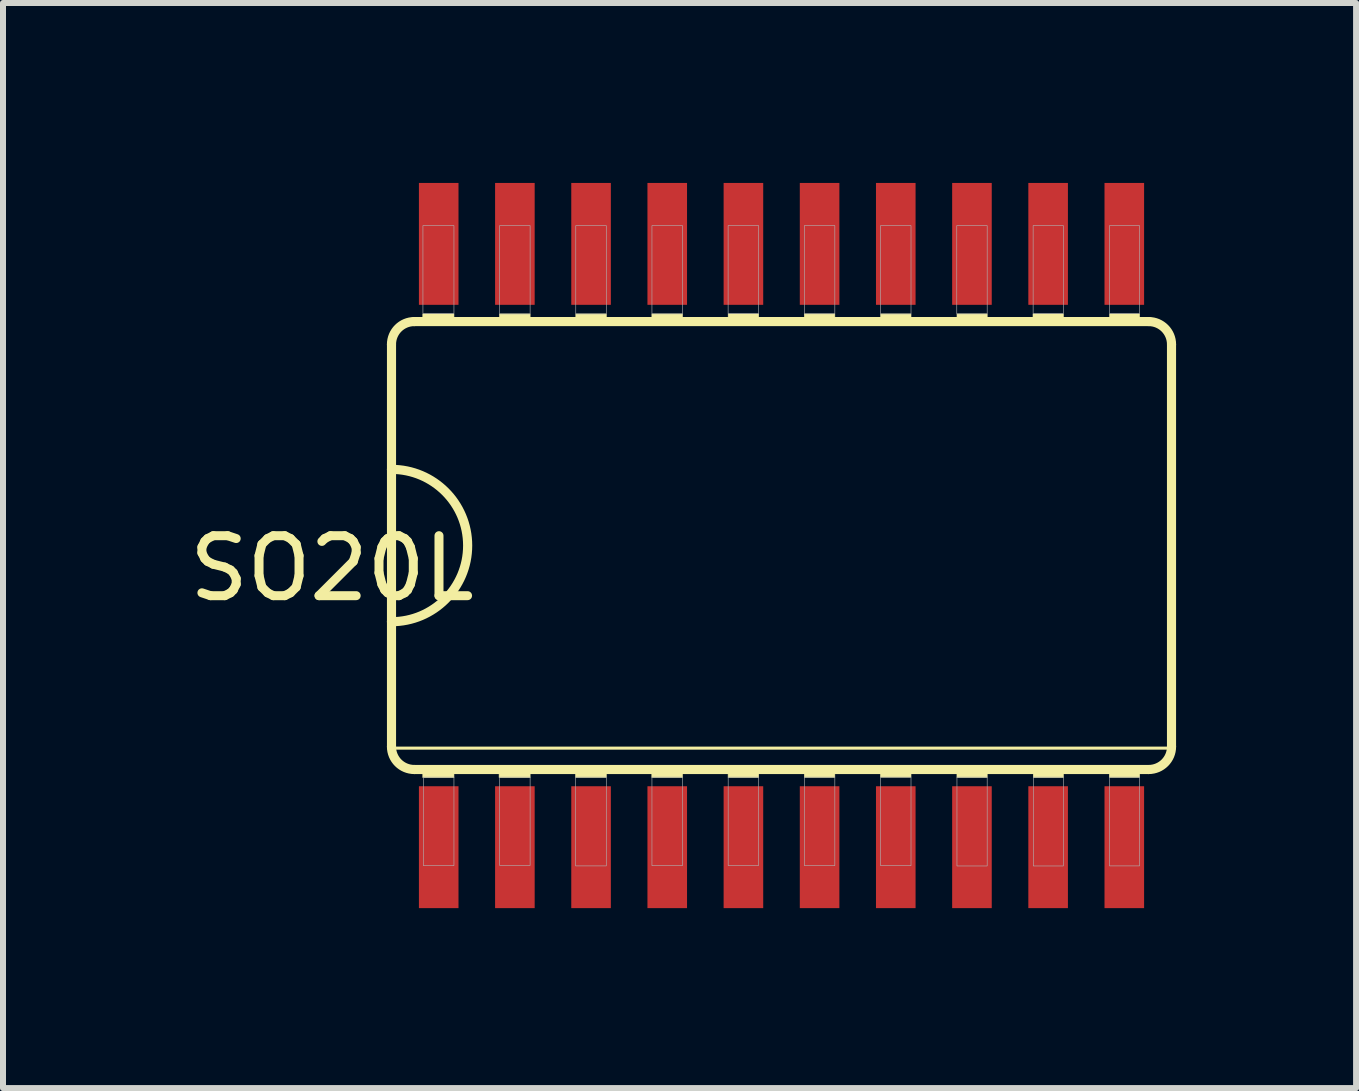
<source format=kicad_pcb>
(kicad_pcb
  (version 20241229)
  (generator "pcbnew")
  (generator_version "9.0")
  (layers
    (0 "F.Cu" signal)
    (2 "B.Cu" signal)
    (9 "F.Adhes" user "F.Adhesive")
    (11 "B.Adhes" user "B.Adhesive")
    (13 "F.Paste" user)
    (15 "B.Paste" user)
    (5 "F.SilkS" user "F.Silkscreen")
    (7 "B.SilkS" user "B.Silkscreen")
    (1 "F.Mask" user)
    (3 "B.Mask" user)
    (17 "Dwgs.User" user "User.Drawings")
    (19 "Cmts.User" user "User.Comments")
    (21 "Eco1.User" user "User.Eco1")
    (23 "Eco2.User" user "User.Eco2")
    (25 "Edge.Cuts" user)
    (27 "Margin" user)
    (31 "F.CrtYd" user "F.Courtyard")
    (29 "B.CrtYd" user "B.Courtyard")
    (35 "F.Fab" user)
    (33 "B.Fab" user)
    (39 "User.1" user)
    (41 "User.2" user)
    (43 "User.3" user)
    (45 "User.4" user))
  (footprint "SO20L"
    (layer "F.Cu")
    (at 9.979 6.045)
    (property "Reference" "SO20L" (at -7.496 0.381 180) (layer "F.SilkS") (effects (font (size 1 1) (thickness 0.15))))
    (attr through_hole)
    (fp_line (start -6.502 -3.353) (end -6.502 -1.27) (stroke (width 0.152) (type solid)) (layer "F.SilkS"))
    (fp_line (start -6.502 -1.27) (end -6.502 1.27) (stroke (width 0.152) (type solid)) (layer "F.SilkS"))
    (fp_line (start -6.502 1.27) (end -6.502 3.353) (stroke (width 0.152) (type solid)) (layer "F.SilkS"))
    (fp_line (start -6.477 3.378) (end 6.477 3.378) (stroke (width 0.051) (type solid)) (layer "F.SilkS"))
    (fp_line (start -6.121 3.734) (end 6.121 3.734) (stroke (width 0.152) (type solid)) (layer "F.SilkS"))
    (fp_line (start 6.121 -3.734) (end -6.121 -3.734) (stroke (width 0.152) (type solid)) (layer "F.SilkS"))
    (fp_line (start 6.502 3.353) (end 6.502 -3.353) (stroke (width 0.152) (type solid)) (layer "F.SilkS"))
    (fp_arc (start -6.5024 -3.3528) (mid -6.390808 -3.622208) (end -6.1214 -3.7338) (stroke (width 0.1524) (type solid)) (layer "F.SilkS"))
    (fp_arc (start -6.5024 -1.27) (mid -5.2324 0) (end -6.5024 1.27) (stroke (width 0.1524) (type solid)) (layer "F.SilkS"))
    (fp_arc (start -6.1214 3.7338) (mid -6.390808 3.622208) (end -6.5024 3.3528) (stroke (width 0.1524) (type solid)) (layer "F.SilkS"))
    (fp_arc (start 6.1214 -3.7338) (mid 6.390808 -3.622208) (end 6.5024 -3.3528) (stroke (width 0.1524) (type solid)) (layer "F.SilkS"))
    (fp_arc (start 6.5024 3.3528) (mid 6.390808 3.622208) (end 6.1214 3.7338) (stroke (width 0.1524) (type solid)) (layer "F.SilkS"))
    (fp_poly (pts (xy -5.98 -3.861) (xy -5.461 -3.861) (xy -5.461 -3.741) (xy -5.98 -3.741)) (stroke (width 0.01) (type solid)) (fill yes) (layer "F.SilkS"))
    (fp_poly (pts (xy -5.98 3.734) (xy -5.461 3.734) (xy -5.461 3.868) (xy -5.98 3.868)) (stroke (width 0.01) (type solid)) (fill yes) (layer "F.SilkS"))
    (fp_poly (pts (xy -4.708 3.734) (xy -4.191 3.734) (xy -4.191 3.868) (xy -4.708 3.868)) (stroke (width 0.01) (type solid)) (fill yes) (layer "F.SilkS"))
    (fp_poly (pts (xy -4.701 -3.861) (xy -4.191 -3.861) (xy -4.191 -3.735) (xy -4.701 -3.735)) (stroke (width 0.01) (type solid)) (fill yes) (layer "F.SilkS"))
    (fp_poly (pts (xy -3.433 3.734) (xy -2.921 3.734) (xy -2.921 3.865) (xy -3.433 3.865)) (stroke (width 0.01) (type solid)) (fill yes) (layer "F.SilkS"))
    (fp_poly (pts (xy -3.429 -3.861) (xy -2.921 -3.861) (xy -2.921 -3.734) (xy -3.429 -3.734)) (stroke (width 0.01) (type solid)) (fill yes) (layer "F.SilkS"))
    (fp_poly (pts (xy -2.162 3.734) (xy -1.651 3.734) (xy -1.651 3.866) (xy -2.162 3.866)) (stroke (width 0.01) (type solid)) (fill yes) (layer "F.SilkS"))
    (fp_poly (pts (xy -2.161 -3.861) (xy -1.651 -3.861) (xy -1.651 -3.738) (xy -2.161 -3.738)) (stroke (width 0.01) (type solid)) (fill yes) (layer "F.SilkS"))
    (fp_poly (pts (xy -0.89 3.734) (xy -0.381 3.734) (xy -0.381 3.866) (xy -0.89 3.866)) (stroke (width 0.01) (type solid)) (fill yes) (layer "F.SilkS"))
    (fp_poly (pts (xy -0.889 -3.861) (xy -0.381 -3.861) (xy -0.381 -3.735) (xy -0.889 -3.735)) (stroke (width 0.01) (type solid)) (fill yes) (layer "F.SilkS"))
    (fp_poly (pts (xy 0.381 -3.861) (xy 0.889 -3.861) (xy 0.889 -3.736) (xy 0.381 -3.736)) (stroke (width 0.01) (type solid)) (fill yes) (layer "F.SilkS"))
    (fp_poly (pts (xy 0.381 3.734) (xy 0.889 3.734) (xy 0.889 3.864) (xy 0.381 3.864)) (stroke (width 0.01) (type solid)) (fill yes) (layer "F.SilkS"))
    (fp_poly (pts (xy 1.651 3.734) (xy 2.159 3.734) (xy 2.159 3.862) (xy 1.651 3.862)) (stroke (width 0.01) (type solid)) (fill yes) (layer "F.SilkS"))
    (fp_poly (pts (xy 1.654 -3.861) (xy 2.159 -3.861) (xy 2.159 -3.741) (xy 1.654 -3.741)) (stroke (width 0.01) (type solid)) (fill yes) (layer "F.SilkS"))
    (fp_poly (pts (xy 2.925 3.734) (xy 3.429 3.734) (xy 3.429 3.866) (xy 2.925 3.866)) (stroke (width 0.01) (type solid)) (fill yes) (layer "F.SilkS"))
    (fp_poly (pts (xy 2.926 -3.861) (xy 3.429 -3.861) (xy 3.429 -3.74) (xy 2.926 -3.74)) (stroke (width 0.01) (type solid)) (fill yes) (layer "F.SilkS"))
    (fp_poly (pts (xy 4.193 -3.861) (xy 4.699 -3.861) (xy 4.699 -3.736) (xy 4.193 -3.736)) (stroke (width 0.01) (type solid)) (fill yes) (layer "F.SilkS"))
    (fp_poly (pts (xy 4.198 3.734) (xy 4.699 3.734) (xy 4.699 3.867) (xy 4.198 3.867)) (stroke (width 0.01) (type solid)) (fill yes) (layer "F.SilkS"))
    (fp_poly (pts (xy 5.466 3.734) (xy 5.969 3.734) (xy 5.969 3.864) (xy 5.466 3.864)) (stroke (width 0.01) (type solid)) (fill yes) (layer "F.SilkS"))
    (fp_poly (pts (xy 5.471 -3.861) (xy 5.969 -3.861) (xy 5.969 -3.741) (xy 5.471 -3.741)) (stroke (width 0.01) (type solid)) (fill yes) (layer "F.SilkS"))
    (fp_poly (pts (xy -5.978 -5.334) (xy -5.461 -5.334) (xy -5.461 -3.866) (xy -5.978 -3.866)) (stroke (width 0.01) (type solid)) (fill no) (layer "F.Fab"))
    (fp_poly (pts (xy -5.971 3.861) (xy -5.461 3.861) (xy -5.461 5.336) (xy -5.971 5.336)) (stroke (width 0.01) (type solid)) (fill no) (layer "F.Fab"))
    (fp_poly (pts (xy -4.7 -5.334) (xy -4.191 -5.334) (xy -4.191 -3.861) (xy -4.7 -3.861)) (stroke (width 0.01) (type solid)) (fill no) (layer "F.Fab"))
    (fp_poly (pts (xy -4.699 3.861) (xy -4.191 3.861) (xy -4.191 5.334) (xy -4.699 5.334)) (stroke (width 0.01) (type solid)) (fill no) (layer "F.Fab"))
    (fp_poly (pts (xy -3.433 3.861) (xy -2.921 3.861) (xy -2.921 5.341) (xy -3.433 5.341)) (stroke (width 0.01) (type solid)) (fill no) (layer "F.Fab"))
    (fp_poly (pts (xy -3.43 -5.334) (xy -2.921 -5.334) (xy -2.921 -3.861) (xy -3.43 -3.861)) (stroke (width 0.01) (type solid)) (fill no) (layer "F.Fab"))
    (fp_poly (pts (xy -2.16 3.861) (xy -1.651 3.861) (xy -1.651 5.337) (xy -2.16 5.337)) (stroke (width 0.01) (type solid)) (fill no) (layer "F.Fab"))
    (fp_poly (pts (xy -2.16 -5.334) (xy -1.651 -5.334) (xy -1.651 -3.862) (xy -2.16 -3.862)) (stroke (width 0.01) (type solid)) (fill no) (layer "F.Fab"))
    (fp_poly (pts (xy -0.89 -5.334) (xy -0.381 -5.334) (xy -0.381 -3.865) (xy -0.89 -3.865)) (stroke (width 0.01) (type solid)) (fill no) (layer "F.Fab"))
    (fp_poly (pts (xy -0.889 3.861) (xy -0.381 3.861) (xy -0.381 5.334) (xy -0.889 5.334)) (stroke (width 0.01) (type solid)) (fill no) (layer "F.Fab"))
    (fp_poly (pts (xy 0.381 3.861) (xy 0.889 3.861) (xy 0.889 5.336) (xy 0.381 5.336)) (stroke (width 0.01) (type solid)) (fill no) (layer "F.Fab"))
    (fp_poly (pts (xy 0.381 -5.334) (xy 0.889 -5.334) (xy 0.889 -3.863) (xy 0.381 -3.863)) (stroke (width 0.01) (type solid)) (fill no) (layer "F.Fab"))
    (fp_poly (pts (xy 1.651 -5.334) (xy 2.159 -5.334) (xy 2.159 -3.861) (xy 1.651 -3.861)) (stroke (width 0.01) (type solid)) (fill no) (layer "F.Fab"))
    (fp_poly (pts (xy 1.652 3.861) (xy 2.159 3.861) (xy 2.159 5.338) (xy 1.652 5.338)) (stroke (width 0.01) (type solid)) (fill no) (layer "F.Fab"))
    (fp_poly (pts (xy 2.922 -5.334) (xy 3.429 -5.334) (xy 3.429 -3.862) (xy 2.922 -3.862)) (stroke (width 0.01) (type solid)) (fill no) (layer "F.Fab"))
    (fp_poly (pts (xy 2.925 3.861) (xy 3.429 3.861) (xy 3.429 5.342) (xy 2.925 5.342)) (stroke (width 0.01) (type solid)) (fill no) (layer "F.Fab"))
    (fp_poly (pts (xy 4.195 -5.334) (xy 4.699 -5.334) (xy 4.699 -3.865) (xy 4.195 -3.865)) (stroke (width 0.01) (type solid)) (fill no) (layer "F.Fab"))
    (fp_poly (pts (xy 4.198 3.861) (xy 4.699 3.861) (xy 4.699 5.342) (xy 4.198 5.342)) (stroke (width 0.01) (type solid)) (fill no) (layer "F.Fab"))
    (fp_poly (pts (xy 5.468 -5.334) (xy 5.969 -5.334) (xy 5.969 -3.866) (xy 5.468 -3.866)) (stroke (width 0.01) (type solid)) (fill no) (layer "F.Fab"))
    (fp_poly (pts (xy 5.468 3.861) (xy 5.969 3.861) (xy 5.969 5.341) (xy 5.468 5.341)) (stroke (width 0.01) (type solid)) (fill no) (layer "F.Fab"))
    (pad "1" smd rect (at -5.715 5.029) (size 0.66 2.032) (layers "F.Cu" "F.Mask" "F.Paste"))
    (pad "2" smd rect (at -4.445 5.029) (size 0.66 2.032) (layers "F.Cu" "F.Mask" "F.Paste"))
    (pad "3" smd rect (at -3.175 5.029) (size 0.66 2.032) (layers "F.Cu" "F.Mask" "F.Paste"))
    (pad "4" smd rect (at -1.905 5.029) (size 0.66 2.032) (layers "F.Cu" "F.Mask" "F.Paste"))
    (pad "5" smd rect (at -0.635 5.029) (size 0.66 2.032) (layers "F.Cu" "F.Mask" "F.Paste"))
    (pad "6" smd rect (at 0.635 5.029) (size 0.66 2.032) (layers "F.Cu" "F.Mask" "F.Paste"))
    (pad "7" smd rect (at 1.905 5.029) (size 0.66 2.032) (layers "F.Cu" "F.Mask" "F.Paste"))
    (pad "8" smd rect (at 3.175 5.029) (size 0.66 2.032) (layers "F.Cu" "F.Mask" "F.Paste"))
    (pad "9" smd rect (at 4.445 5.029) (size 0.66 2.032) (layers "F.Cu" "F.Mask" "F.Paste"))
    (pad "10" smd rect (at 5.715 5.029) (size 0.66 2.032) (layers "F.Cu" "F.Mask" "F.Paste"))
    (pad "11" smd rect (at 5.715 -5.029) (size 0.66 2.032) (layers "F.Cu" "F.Mask" "F.Paste"))
    (pad "12" smd rect (at 4.445 -5.029) (size 0.66 2.032) (layers "F.Cu" "F.Mask" "F.Paste"))
    (pad "13" smd rect (at 3.175 -5.029) (size 0.66 2.032) (layers "F.Cu" "F.Mask" "F.Paste"))
    (pad "14" smd rect (at 1.905 -5.029) (size 0.66 2.032) (layers "F.Cu" "F.Mask" "F.Paste"))
    (pad "15" smd rect (at 0.635 -5.029) (size 0.66 2.032) (layers "F.Cu" "F.Mask" "F.Paste"))
    (pad "16" smd rect (at -0.635 -5.029) (size 0.66 2.032) (layers "F.Cu" "F.Mask" "F.Paste"))
    (pad "17" smd rect (at -1.905 -5.029) (size 0.66 2.032) (layers "F.Cu" "F.Mask" "F.Paste"))
    (pad "18" smd rect (at -3.175 -5.029) (size 0.66 2.032) (layers "F.Cu" "F.Mask" "F.Paste"))
    (pad "19" smd rect (at -4.445 -5.029) (size 0.66 2.032) (layers "F.Cu" "F.Mask" "F.Paste"))
    (pad "20" smd rect (at -5.715 -5.029) (size 0.66 2.032) (layers "F.Cu" "F.Mask" "F.Paste")))
  (gr_rect
    (start -3 -3)
    (end 19.558 15.09)
    (stroke (width 0.1) (type default))
    (fill no)
    (layer "Edge.Cuts")))
</source>
